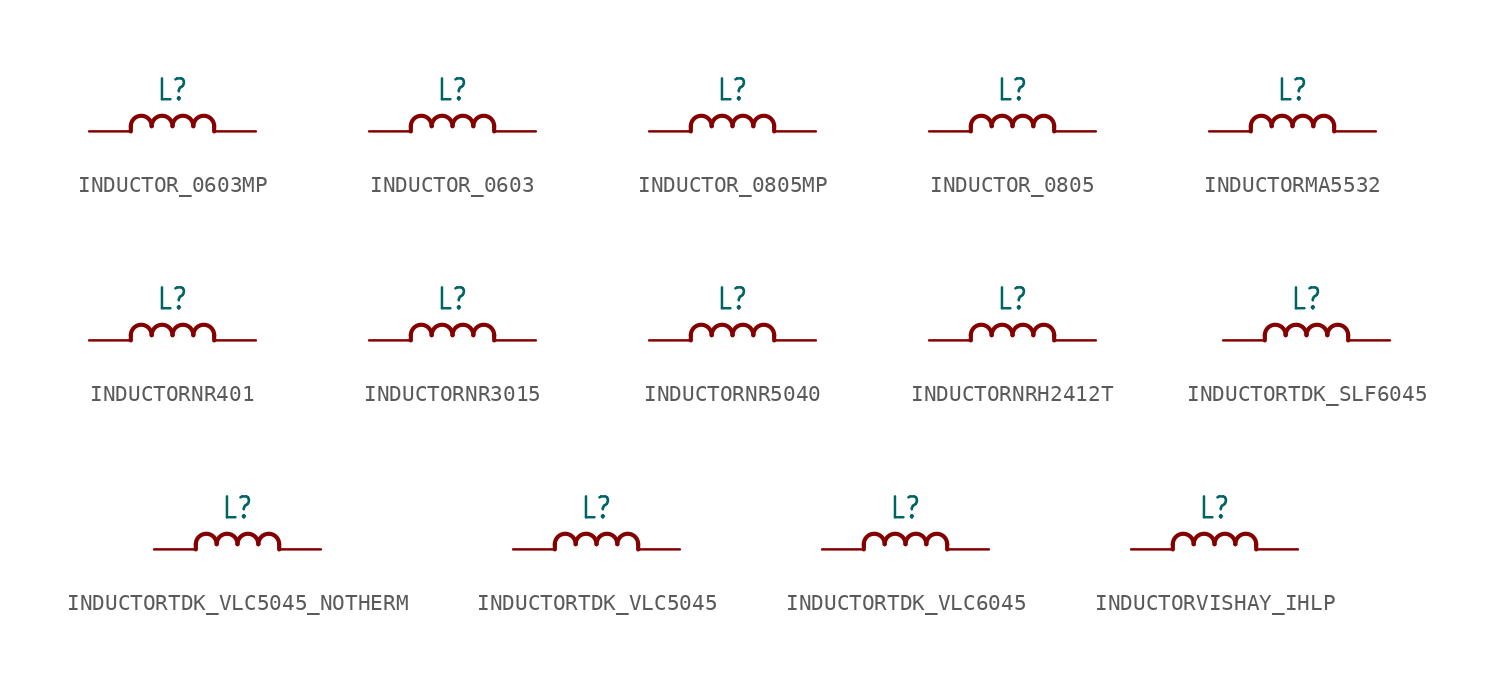
<source format=kicad_sym>
(kicad_symbol_lib
  (version 20241209)
  (generator "kicad_symbol_editor")
  (generator_version "9.0")
  (symbol "INDUCTOR_0603MP"
    (property "Reference" "L"
      (at 0 2.54 0)
      (effects (font (size 1.27 1.079))))
    (property "Value" ""
      (at 0 -1.54 0)
      (effects (font (size 1.27 1.079))))
    (property "ki_locked" ""
      (at 0 0 0)
      (effects (font (size 1.27 1.27))))
    (symbol "INDUCTOR_0603MP_1_0"
      (polyline (pts (xy -2.54 0.318) (xy -2.54 0)) (stroke (width 0.254) (type solid)) (fill (type none)))
      (arc (start -2.54 0.3175) (mid -1.905 0.9525) (end -1.27 0.3175) (stroke (width 0.254) (type solid)) (fill (type none)))
      (arc (start -1.27 0.3175) (mid -0.635 0.9525) (end 0 0.3175) (stroke (width 0.254) (type solid)) (fill (type none)))
      (arc (start 0 0.3175) (mid 0.635 0.9525) (end 1.27 0.3175) (stroke (width 0.254) (type solid)) (fill (type none)))
      (arc (start 1.27 0.3175) (mid 1.905 0.9525) (end 2.54 0.3175) (stroke (width 0.254) (type solid)) (fill (type none)))
      (polyline (pts (xy 2.54 0.318) (xy 2.54 0)) (stroke (width 0.254) (type solid)) (fill (type none)))
      (pin passive line (at -5.08 0 0) (length 2.54) (name "1" (effects (font (size 0 0)))) (number "1" (effects (font (size 0 0)))))
      (pin passive line (at 5.08 0 180) (length 2.54) (name "2" (effects (font (size 0 0)))) (number "2" (effects (font (size 0 0)))))))
  (symbol "INDUCTOR_0603"
    (property "Reference" "L"
      (at 0 2.54 0)
      (effects (font (size 1.27 1.079))))
    (property "Value" ""
      (at 0 -1.54 0)
      (effects (font (size 1.27 1.079))))
    (property "ki_locked" ""
      (at 0 0 0)
      (effects (font (size 1.27 1.27))))
    (symbol "INDUCTOR_0603_1_0"
      (polyline (pts (xy -2.54 0.318) (xy -2.54 0)) (stroke (width 0.254) (type solid)) (fill (type none)))
      (arc (start -2.54 0.3175) (mid -1.905 0.9525) (end -1.27 0.3175) (stroke (width 0.254) (type solid)) (fill (type none)))
      (arc (start -1.27 0.3175) (mid -0.635 0.9525) (end 0 0.3175) (stroke (width 0.254) (type solid)) (fill (type none)))
      (arc (start 0 0.3175) (mid 0.635 0.9525) (end 1.27 0.3175) (stroke (width 0.254) (type solid)) (fill (type none)))
      (arc (start 1.27 0.3175) (mid 1.905 0.9525) (end 2.54 0.3175) (stroke (width 0.254) (type solid)) (fill (type none)))
      (polyline (pts (xy 2.54 0.318) (xy 2.54 0)) (stroke (width 0.254) (type solid)) (fill (type none)))
      (pin passive line (at -5.08 0 0) (length 2.54) (name "1" (effects (font (size 0 0)))) (number "1" (effects (font (size 0 0)))))
      (pin passive line (at 5.08 0 180) (length 2.54) (name "2" (effects (font (size 0 0)))) (number "2" (effects (font (size 0 0)))))))
  (symbol "INDUCTOR_0805MP"
    (property "Reference" "L"
      (at 0 2.54 0)
      (effects (font (size 1.27 1.079))))
    (property "Value" ""
      (at 0 -1.54 0)
      (effects (font (size 1.27 1.079))))
    (property "ki_locked" ""
      (at 0 0 0)
      (effects (font (size 1.27 1.27))))
    (symbol "INDUCTOR_0805MP_1_0"
      (polyline (pts (xy -2.54 0.318) (xy -2.54 0)) (stroke (width 0.254) (type solid)) (fill (type none)))
      (arc (start -2.54 0.3175) (mid -1.905 0.9525) (end -1.27 0.3175) (stroke (width 0.254) (type solid)) (fill (type none)))
      (arc (start -1.27 0.3175) (mid -0.635 0.9525) (end 0 0.3175) (stroke (width 0.254) (type solid)) (fill (type none)))
      (arc (start 0 0.3175) (mid 0.635 0.9525) (end 1.27 0.3175) (stroke (width 0.254) (type solid)) (fill (type none)))
      (arc (start 1.27 0.3175) (mid 1.905 0.9525) (end 2.54 0.3175) (stroke (width 0.254) (type solid)) (fill (type none)))
      (polyline (pts (xy 2.54 0.318) (xy 2.54 0)) (stroke (width 0.254) (type solid)) (fill (type none)))
      (pin passive line (at -5.08 0 0) (length 2.54) (name "1" (effects (font (size 0 0)))) (number "1" (effects (font (size 0 0)))))
      (pin passive line (at 5.08 0 180) (length 2.54) (name "2" (effects (font (size 0 0)))) (number "2" (effects (font (size 0 0)))))))
  (symbol "INDUCTOR_0805"
    (property "Reference" "L"
      (at 0 2.54 0)
      (effects (font (size 1.27 1.079))))
    (property "Value" ""
      (at 0 -1.54 0)
      (effects (font (size 1.27 1.079))))
    (property "ki_locked" ""
      (at 0 0 0)
      (effects (font (size 1.27 1.27))))
    (symbol "INDUCTOR_0805_1_0"
      (polyline (pts (xy -2.54 0.318) (xy -2.54 0)) (stroke (width 0.254) (type solid)) (fill (type none)))
      (arc (start -2.54 0.3175) (mid -1.905 0.9525) (end -1.27 0.3175) (stroke (width 0.254) (type solid)) (fill (type none)))
      (arc (start -1.27 0.3175) (mid -0.635 0.9525) (end 0 0.3175) (stroke (width 0.254) (type solid)) (fill (type none)))
      (arc (start 0 0.3175) (mid 0.635 0.9525) (end 1.27 0.3175) (stroke (width 0.254) (type solid)) (fill (type none)))
      (arc (start 1.27 0.3175) (mid 1.905 0.9525) (end 2.54 0.3175) (stroke (width 0.254) (type solid)) (fill (type none)))
      (polyline (pts (xy 2.54 0.318) (xy 2.54 0)) (stroke (width 0.254) (type solid)) (fill (type none)))
      (pin passive line (at -5.08 0 0) (length 2.54) (name "1" (effects (font (size 0 0)))) (number "1" (effects (font (size 0 0)))))
      (pin passive line (at 5.08 0 180) (length 2.54) (name "2" (effects (font (size 0 0)))) (number "2" (effects (font (size 0 0)))))))
  (symbol "INDUCTORMA5532"
    (property "Reference" "L"
      (at 0 2.54 0)
      (effects (font (size 1.27 1.079))))
    (property "Value" ""
      (at 0 -1.54 0)
      (effects (font (size 1.27 1.079))))
    (property "ki_locked" ""
      (at 0 0 0)
      (effects (font (size 1.27 1.27))))
    (symbol "INDUCTORMA5532_1_0"
      (polyline (pts (xy -2.54 0.318) (xy -2.54 0)) (stroke (width 0.254) (type solid)) (fill (type none)))
      (arc (start -2.54 0.3175) (mid -1.905 0.9525) (end -1.27 0.3175) (stroke (width 0.254) (type solid)) (fill (type none)))
      (arc (start -1.27 0.3175) (mid -0.635 0.9525) (end 0 0.3175) (stroke (width 0.254) (type solid)) (fill (type none)))
      (arc (start 0 0.3175) (mid 0.635 0.9525) (end 1.27 0.3175) (stroke (width 0.254) (type solid)) (fill (type none)))
      (arc (start 1.27 0.3175) (mid 1.905 0.9525) (end 2.54 0.3175) (stroke (width 0.254) (type solid)) (fill (type none)))
      (polyline (pts (xy 2.54 0.318) (xy 2.54 0)) (stroke (width 0.254) (type solid)) (fill (type none)))
      (pin passive line (at -5.08 0 0) (length 2.54) (name "1" (effects (font (size 0 0)))) (number "1" (effects (font (size 0 0)))))
      (pin passive line (at 5.08 0 180) (length 2.54) (name "2" (effects (font (size 0 0)))) (number "2" (effects (font (size 0 0)))))))
  (symbol "INDUCTORNR401"
    (property "Reference" "L"
      (at 0 2.54 0)
      (effects (font (size 1.27 1.079))))
    (property "Value" ""
      (at 0 -1.54 0)
      (effects (font (size 1.27 1.079))))
    (property "ki_locked" ""
      (at 0 0 0)
      (effects (font (size 1.27 1.27))))
    (symbol "INDUCTORNR401_1_0"
      (polyline (pts (xy -2.54 0.318) (xy -2.54 0)) (stroke (width 0.254) (type solid)) (fill (type none)))
      (arc (start -2.54 0.3175) (mid -1.905 0.9525) (end -1.27 0.3175) (stroke (width 0.254) (type solid)) (fill (type none)))
      (arc (start -1.27 0.3175) (mid -0.635 0.9525) (end 0 0.3175) (stroke (width 0.254) (type solid)) (fill (type none)))
      (arc (start 0 0.3175) (mid 0.635 0.9525) (end 1.27 0.3175) (stroke (width 0.254) (type solid)) (fill (type none)))
      (arc (start 1.27 0.3175) (mid 1.905 0.9525) (end 2.54 0.3175) (stroke (width 0.254) (type solid)) (fill (type none)))
      (polyline (pts (xy 2.54 0.318) (xy 2.54 0)) (stroke (width 0.254) (type solid)) (fill (type none)))
      (pin passive line (at -5.08 0 0) (length 2.54) (name "1" (effects (font (size 0 0)))) (number "P$1" (effects (font (size 0 0)))))
      (pin passive line (at 5.08 0 180) (length 2.54) (name "2" (effects (font (size 0 0)))) (number "P$2" (effects (font (size 0 0)))))))
  (symbol "INDUCTORNR3015"
    (property "Reference" "L"
      (at 0 2.54 0)
      (effects (font (size 1.27 1.079))))
    (property "Value" ""
      (at 0 -1.54 0)
      (effects (font (size 1.27 1.079))))
    (property "ki_locked" ""
      (at 0 0 0)
      (effects (font (size 1.27 1.27))))
    (symbol "INDUCTORNR3015_1_0"
      (polyline (pts (xy -2.54 0.318) (xy -2.54 0)) (stroke (width 0.254) (type solid)) (fill (type none)))
      (arc (start -2.54 0.3175) (mid -1.905 0.9525) (end -1.27 0.3175) (stroke (width 0.254) (type solid)) (fill (type none)))
      (arc (start -1.27 0.3175) (mid -0.635 0.9525) (end 0 0.3175) (stroke (width 0.254) (type solid)) (fill (type none)))
      (arc (start 0 0.3175) (mid 0.635 0.9525) (end 1.27 0.3175) (stroke (width 0.254) (type solid)) (fill (type none)))
      (arc (start 1.27 0.3175) (mid 1.905 0.9525) (end 2.54 0.3175) (stroke (width 0.254) (type solid)) (fill (type none)))
      (polyline (pts (xy 2.54 0.318) (xy 2.54 0)) (stroke (width 0.254) (type solid)) (fill (type none)))
      (pin passive line (at -5.08 0 0) (length 2.54) (name "1" (effects (font (size 0 0)))) (number "P$1" (effects (font (size 0 0)))))
      (pin passive line (at 5.08 0 180) (length 2.54) (name "2" (effects (font (size 0 0)))) (number "P$2" (effects (font (size 0 0)))))))
  (symbol "INDUCTORNR5040"
    (property "Reference" "L"
      (at 0 2.54 0)
      (effects (font (size 1.27 1.079))))
    (property "Value" ""
      (at 0 -1.54 0)
      (effects (font (size 1.27 1.079))))
    (property "ki_locked" ""
      (at 0 0 0)
      (effects (font (size 1.27 1.27))))
    (symbol "INDUCTORNR5040_1_0"
      (polyline (pts (xy -2.54 0.318) (xy -2.54 0)) (stroke (width 0.254) (type solid)) (fill (type none)))
      (arc (start -2.54 0.3175) (mid -1.905 0.9525) (end -1.27 0.3175) (stroke (width 0.254) (type solid)) (fill (type none)))
      (arc (start -1.27 0.3175) (mid -0.635 0.9525) (end 0 0.3175) (stroke (width 0.254) (type solid)) (fill (type none)))
      (arc (start 0 0.3175) (mid 0.635 0.9525) (end 1.27 0.3175) (stroke (width 0.254) (type solid)) (fill (type none)))
      (arc (start 1.27 0.3175) (mid 1.905 0.9525) (end 2.54 0.3175) (stroke (width 0.254) (type solid)) (fill (type none)))
      (polyline (pts (xy 2.54 0.318) (xy 2.54 0)) (stroke (width 0.254) (type solid)) (fill (type none)))
      (pin passive line (at -5.08 0 0) (length 2.54) (name "1" (effects (font (size 0 0)))) (number "P$1" (effects (font (size 0 0)))))
      (pin passive line (at 5.08 0 180) (length 2.54) (name "2" (effects (font (size 0 0)))) (number "P$2" (effects (font (size 0 0)))))))
  (symbol "INDUCTORNRH2412T"
    (property "Reference" "L"
      (at 0 2.54 0)
      (effects (font (size 1.27 1.079))))
    (property "Value" ""
      (at 0 -1.54 0)
      (effects (font (size 1.27 1.079))))
    (property "ki_locked" ""
      (at 0 0 0)
      (effects (font (size 1.27 1.27))))
    (symbol "INDUCTORNRH2412T_1_0"
      (polyline (pts (xy -2.54 0.318) (xy -2.54 0)) (stroke (width 0.254) (type solid)) (fill (type none)))
      (arc (start -2.54 0.3175) (mid -1.905 0.9525) (end -1.27 0.3175) (stroke (width 0.254) (type solid)) (fill (type none)))
      (arc (start -1.27 0.3175) (mid -0.635 0.9525) (end 0 0.3175) (stroke (width 0.254) (type solid)) (fill (type none)))
      (arc (start 0 0.3175) (mid 0.635 0.9525) (end 1.27 0.3175) (stroke (width 0.254) (type solid)) (fill (type none)))
      (arc (start 1.27 0.3175) (mid 1.905 0.9525) (end 2.54 0.3175) (stroke (width 0.254) (type solid)) (fill (type none)))
      (polyline (pts (xy 2.54 0.318) (xy 2.54 0)) (stroke (width 0.254) (type solid)) (fill (type none)))
      (pin passive line (at -5.08 0 0) (length 2.54) (name "1" (effects (font (size 0 0)))) (number "1" (effects (font (size 0 0)))))
      (pin passive line (at 5.08 0 180) (length 2.54) (name "2" (effects (font (size 0 0)))) (number "2" (effects (font (size 0 0)))))))
  (symbol "INDUCTORTDK_SLF6045"
    (property "Reference" "L"
      (at 0 2.54 0)
      (effects (font (size 1.27 1.079))))
    (property "Value" ""
      (at 0 -1.54 0)
      (effects (font (size 1.27 1.079))))
    (property "ki_locked" ""
      (at 0 0 0)
      (effects (font (size 1.27 1.27))))
    (symbol "INDUCTORTDK_SLF6045_1_0"
      (polyline (pts (xy -2.54 0.318) (xy -2.54 0)) (stroke (width 0.254) (type solid)) (fill (type none)))
      (arc (start -2.54 0.3175) (mid -1.905 0.9525) (end -1.27 0.3175) (stroke (width 0.254) (type solid)) (fill (type none)))
      (arc (start -1.27 0.3175) (mid -0.635 0.9525) (end 0 0.3175) (stroke (width 0.254) (type solid)) (fill (type none)))
      (arc (start 0 0.3175) (mid 0.635 0.9525) (end 1.27 0.3175) (stroke (width 0.254) (type solid)) (fill (type none)))
      (arc (start 1.27 0.3175) (mid 1.905 0.9525) (end 2.54 0.3175) (stroke (width 0.254) (type solid)) (fill (type none)))
      (polyline (pts (xy 2.54 0.318) (xy 2.54 0)) (stroke (width 0.254) (type solid)) (fill (type none)))
      (pin passive line (at -5.08 0 0) (length 2.54) (name "1" (effects (font (size 0 0)))) (number "P$1" (effects (font (size 0 0)))))
      (pin passive line (at 5.08 0 180) (length 2.54) (name "2" (effects (font (size 0 0)))) (number "P$2" (effects (font (size 0 0)))))))
  (symbol "INDUCTORTDK_VLC5045_NOTHERM"
    (property "Reference" "L"
      (at 0 2.54 0)
      (effects (font (size 1.27 1.079))))
    (property "Value" ""
      (at 0 -1.54 0)
      (effects (font (size 1.27 1.079))))
    (property "ki_locked" ""
      (at 0 0 0)
      (effects (font (size 1.27 1.27))))
    (symbol "INDUCTORTDK_VLC5045_NOTHERM_1_0"
      (polyline (pts (xy -2.54 0.318) (xy -2.54 0)) (stroke (width 0.254) (type solid)) (fill (type none)))
      (arc (start -2.54 0.3175) (mid -1.905 0.9525) (end -1.27 0.3175) (stroke (width 0.254) (type solid)) (fill (type none)))
      (arc (start -1.27 0.3175) (mid -0.635 0.9525) (end 0 0.3175) (stroke (width 0.254) (type solid)) (fill (type none)))
      (arc (start 0 0.3175) (mid 0.635 0.9525) (end 1.27 0.3175) (stroke (width 0.254) (type solid)) (fill (type none)))
      (arc (start 1.27 0.3175) (mid 1.905 0.9525) (end 2.54 0.3175) (stroke (width 0.254) (type solid)) (fill (type none)))
      (polyline (pts (xy 2.54 0.318) (xy 2.54 0)) (stroke (width 0.254) (type solid)) (fill (type none)))
      (pin passive line (at -5.08 0 0) (length 2.54) (name "1" (effects (font (size 0 0)))) (number "P$1" (effects (font (size 0 0)))))
      (pin passive line (at 5.08 0 180) (length 2.54) (name "2" (effects (font (size 0 0)))) (number "P$2" (effects (font (size 0 0)))))))
  (symbol "INDUCTORTDK_VLC5045"
    (property "Reference" "L"
      (at 0 2.54 0)
      (effects (font (size 1.27 1.079))))
    (property "Value" ""
      (at 0 -1.54 0)
      (effects (font (size 1.27 1.079))))
    (property "ki_locked" ""
      (at 0 0 0)
      (effects (font (size 1.27 1.27))))
    (symbol "INDUCTORTDK_VLC5045_1_0"
      (polyline (pts (xy -2.54 0.318) (xy -2.54 0)) (stroke (width 0.254) (type solid)) (fill (type none)))
      (arc (start -2.54 0.3175) (mid -1.905 0.9525) (end -1.27 0.3175) (stroke (width 0.254) (type solid)) (fill (type none)))
      (arc (start -1.27 0.3175) (mid -0.635 0.9525) (end 0 0.3175) (stroke (width 0.254) (type solid)) (fill (type none)))
      (arc (start 0 0.3175) (mid 0.635 0.9525) (end 1.27 0.3175) (stroke (width 0.254) (type solid)) (fill (type none)))
      (arc (start 1.27 0.3175) (mid 1.905 0.9525) (end 2.54 0.3175) (stroke (width 0.254) (type solid)) (fill (type none)))
      (polyline (pts (xy 2.54 0.318) (xy 2.54 0)) (stroke (width 0.254) (type solid)) (fill (type none)))
      (pin passive line (at -5.08 0 0) (length 2.54) (name "1" (effects (font (size 0 0)))) (number "P$1" (effects (font (size 0 0)))))
      (pin passive line (at 5.08 0 180) (length 2.54) (name "2" (effects (font (size 0 0)))) (number "P$2" (effects (font (size 0 0)))))))
  (symbol "INDUCTORTDK_VLC6045"
    (property "Reference" "L"
      (at 0 2.54 0)
      (effects (font (size 1.27 1.079))))
    (property "Value" ""
      (at 0 -1.54 0)
      (effects (font (size 1.27 1.079))))
    (property "ki_locked" ""
      (at 0 0 0)
      (effects (font (size 1.27 1.27))))
    (symbol "INDUCTORTDK_VLC6045_1_0"
      (polyline (pts (xy -2.54 0.318) (xy -2.54 0)) (stroke (width 0.254) (type solid)) (fill (type none)))
      (arc (start -2.54 0.3175) (mid -1.905 0.9525) (end -1.27 0.3175) (stroke (width 0.254) (type solid)) (fill (type none)))
      (arc (start -1.27 0.3175) (mid -0.635 0.9525) (end 0 0.3175) (stroke (width 0.254) (type solid)) (fill (type none)))
      (arc (start 0 0.3175) (mid 0.635 0.9525) (end 1.27 0.3175) (stroke (width 0.254) (type solid)) (fill (type none)))
      (arc (start 1.27 0.3175) (mid 1.905 0.9525) (end 2.54 0.3175) (stroke (width 0.254) (type solid)) (fill (type none)))
      (polyline (pts (xy 2.54 0.318) (xy 2.54 0)) (stroke (width 0.254) (type solid)) (fill (type none)))
      (pin passive line (at -5.08 0 0) (length 2.54) (name "1" (effects (font (size 0 0)))) (number "P$1" (effects (font (size 0 0)))))
      (pin passive line (at 5.08 0 180) (length 2.54) (name "2" (effects (font (size 0 0)))) (number "P$2" (effects (font (size 0 0)))))))
  (symbol "INDUCTORVISHAY_IHLP"
    (property "Reference" "L"
      (at 0 2.54 0)
      (effects (font (size 1.27 1.079))))
    (property "Value" ""
      (at 0 -1.54 0)
      (effects (font (size 1.27 1.079))))
    (property "ki_locked" ""
      (at 0 0 0)
      (effects (font (size 1.27 1.27))))
    (symbol "INDUCTORVISHAY_IHLP_1_0"
      (polyline (pts (xy -2.54 0.318) (xy -2.54 0)) (stroke (width 0.254) (type solid)) (fill (type none)))
      (arc (start -2.54 0.3175) (mid -1.905 0.9525) (end -1.27 0.3175) (stroke (width 0.254) (type solid)) (fill (type none)))
      (arc (start -1.27 0.3175) (mid -0.635 0.9525) (end 0 0.3175) (stroke (width 0.254) (type solid)) (fill (type none)))
      (arc (start 0 0.3175) (mid 0.635 0.9525) (end 1.27 0.3175) (stroke (width 0.254) (type solid)) (fill (type none)))
      (arc (start 1.27 0.3175) (mid 1.905 0.9525) (end 2.54 0.3175) (stroke (width 0.254) (type solid)) (fill (type none)))
      (polyline (pts (xy 2.54 0.318) (xy 2.54 0)) (stroke (width 0.254) (type solid)) (fill (type none)))
      (pin passive line (at -5.08 0 0) (length 2.54) (name "1" (effects (font (size 0 0)))) (number "1" (effects (font (size 0 0)))))
      (pin passive line (at 5.08 0 180) (length 2.54) (name "2" (effects (font (size 0 0)))) (number "2" (effects (font (size 0 0))))))))
</source>
